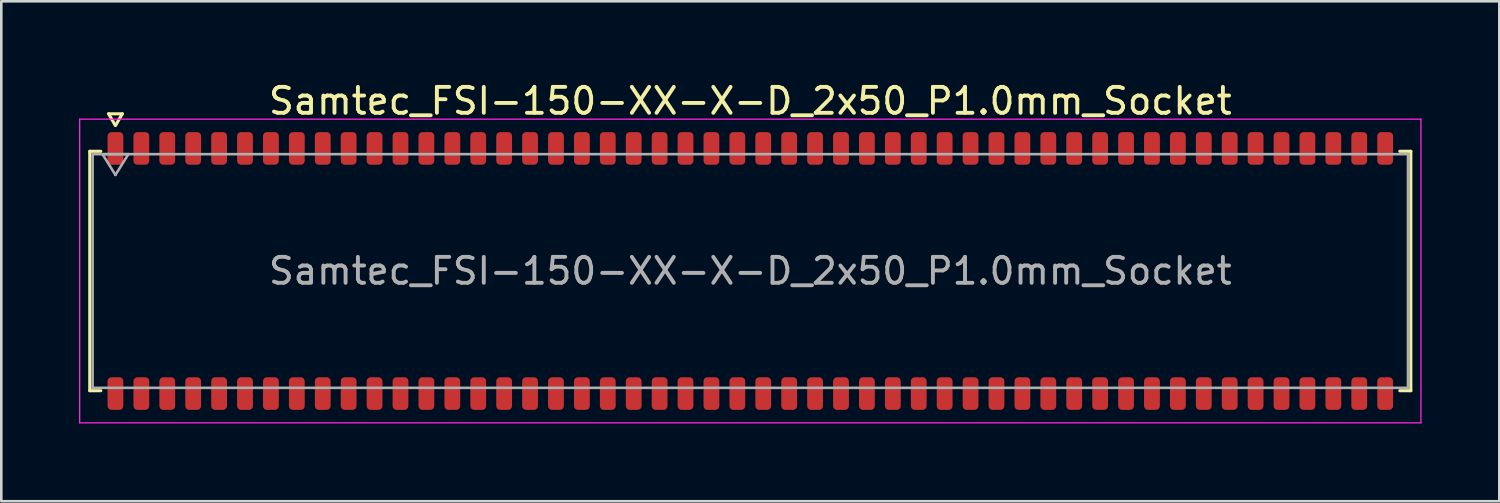
<source format=kicad_pcb>
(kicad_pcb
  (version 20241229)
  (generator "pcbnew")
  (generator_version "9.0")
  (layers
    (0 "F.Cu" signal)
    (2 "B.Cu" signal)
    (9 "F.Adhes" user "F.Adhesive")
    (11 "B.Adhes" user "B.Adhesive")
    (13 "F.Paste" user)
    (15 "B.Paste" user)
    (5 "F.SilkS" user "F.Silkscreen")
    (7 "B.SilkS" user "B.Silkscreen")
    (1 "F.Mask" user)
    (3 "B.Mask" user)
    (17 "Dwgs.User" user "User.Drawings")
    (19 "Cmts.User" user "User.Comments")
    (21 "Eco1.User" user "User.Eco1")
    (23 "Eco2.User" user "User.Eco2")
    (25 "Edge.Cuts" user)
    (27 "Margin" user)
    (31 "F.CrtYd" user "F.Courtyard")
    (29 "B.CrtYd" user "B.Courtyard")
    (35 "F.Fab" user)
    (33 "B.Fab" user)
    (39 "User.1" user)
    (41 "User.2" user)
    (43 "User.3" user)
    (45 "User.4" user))
  (footprint "Samtec_FSI-150-XX-X-D_2x50_P1.0mm_Socket"
    (layer "F.Cu")
    (at 25.905 7.408)
    (property "Reference" "Samtec_FSI-150-XX-X-D_2x50_P1.0mm_Socket" (at 0 -6.56 0) (layer "F.SilkS") (effects (font (size 1 1) (thickness 0.15))))
    (attr smd)
    (fp_line (start -25.49 -4.619) (end -25.065 -4.619) (stroke (width 0.12) (type solid)) (layer "F.SilkS"))
    (fp_line (start -25.49 4.619) (end -25.49 -4.619) (stroke (width 0.12) (type solid)) (layer "F.SilkS"))
    (fp_line (start -25.065 4.619) (end -25.49 4.619) (stroke (width 0.12) (type solid)) (layer "F.SilkS"))
    (fp_line (start -24.764 -6.066) (end -24.507 -5.62) (stroke (width 0.12) (type solid)) (layer "F.SilkS"))
    (fp_line (start -24.493 -5.62) (end -24.236 -6.066) (stroke (width 0.12) (type solid)) (layer "F.SilkS"))
    (fp_line (start -24.236 -6.066) (end -24.764 -6.066) (stroke (width 0.12) (type solid)) (layer "F.SilkS"))
    (fp_line (start 25.065 -4.619) (end 25.49 -4.619) (stroke (width 0.12) (type solid)) (layer "F.SilkS"))
    (fp_line (start 25.49 -4.619) (end 25.49 4.619) (stroke (width 0.12) (type solid)) (layer "F.SilkS"))
    (fp_line (start 25.49 4.619) (end 25.065 4.619) (stroke (width 0.12) (type solid)) (layer "F.SilkS"))
    (fp_line (start -25.88 -5.86) (end -25.88 5.86) (stroke (width 0.05) (type solid)) (layer "F.CrtYd"))
    (fp_line (start -25.88 5.86) (end 25.88 5.86) (stroke (width 0.05) (type solid)) (layer "F.CrtYd"))
    (fp_line (start 25.88 -5.86) (end -25.88 -5.86) (stroke (width 0.05) (type solid)) (layer "F.CrtYd"))
    (fp_line (start 25.88 5.86) (end 25.88 -5.86) (stroke (width 0.05) (type solid)) (layer "F.CrtYd"))
    (fp_line (start -25.38 -4.508) (end 25.38 -4.508) (stroke (width 0.1) (type solid)) (layer "F.Fab"))
    (fp_line (start -25.38 4.508) (end -25.38 -4.508) (stroke (width 0.1) (type solid)) (layer "F.Fab"))
    (fp_line (start -25 -4.508) (end -24.5 -3.708) (stroke (width 0.1) (type solid)) (layer "F.Fab"))
    (fp_line (start -24.5 -3.708) (end -24 -4.508) (stroke (width 0.1) (type solid)) (layer "F.Fab"))
    (fp_line (start -24 -4.508) (end -25 -4.508) (stroke (width 0.1) (type solid)) (layer "F.Fab"))
    (fp_line (start 25.38 -4.508) (end 25.38 4.508) (stroke (width 0.1) (type solid)) (layer "F.Fab"))
    (fp_line (start 25.38 4.508) (end -25.38 4.508) (stroke (width 0.1) (type solid)) (layer "F.Fab"))
    (fp_text user "${REFERENCE}" (at 0 0 0) (layer "F.Fab") (effects (font (size 1 1) (thickness 0.15))))
    (pad "1" smd roundrect (at -24.5 -4.73) (size 0.61 1.26) (layers "F.Cu" "F.Mask" "F.Paste") (roundrect_rratio 0.25))
    (pad "2" smd roundrect (at -24.5 4.73) (size 0.61 1.26) (layers "F.Cu" "F.Mask" "F.Paste") (roundrect_rratio 0.25))
    (pad "3" smd roundrect (at -23.5 -4.73) (size 0.61 1.26) (layers "F.Cu" "F.Mask" "F.Paste") (roundrect_rratio 0.25))
    (pad "4" smd roundrect (at -23.5 4.73) (size 0.61 1.26) (layers "F.Cu" "F.Mask" "F.Paste") (roundrect_rratio 0.25))
    (pad "5" smd roundrect (at -22.5 -4.73) (size 0.61 1.26) (layers "F.Cu" "F.Mask" "F.Paste") (roundrect_rratio 0.25))
    (pad "6" smd roundrect (at -22.5 4.73) (size 0.61 1.26) (layers "F.Cu" "F.Mask" "F.Paste") (roundrect_rratio 0.25))
    (pad "7" smd roundrect (at -21.5 -4.73) (size 0.61 1.26) (layers "F.Cu" "F.Mask" "F.Paste") (roundrect_rratio 0.25))
    (pad "8" smd roundrect (at -21.5 4.73) (size 0.61 1.26) (layers "F.Cu" "F.Mask" "F.Paste") (roundrect_rratio 0.25))
    (pad "9" smd roundrect (at -20.5 -4.73) (size 0.61 1.26) (layers "F.Cu" "F.Mask" "F.Paste") (roundrect_rratio 0.25))
    (pad "10" smd roundrect (at -20.5 4.73) (size 0.61 1.26) (layers "F.Cu" "F.Mask" "F.Paste") (roundrect_rratio 0.25))
    (pad "11" smd roundrect (at -19.5 -4.73) (size 0.61 1.26) (layers "F.Cu" "F.Mask" "F.Paste") (roundrect_rratio 0.25))
    (pad "12" smd roundrect (at -19.5 4.73) (size 0.61 1.26) (layers "F.Cu" "F.Mask" "F.Paste") (roundrect_rratio 0.25))
    (pad "13" smd roundrect (at -18.5 -4.73) (size 0.61 1.26) (layers "F.Cu" "F.Mask" "F.Paste") (roundrect_rratio 0.25))
    (pad "14" smd roundrect (at -18.5 4.73) (size 0.61 1.26) (layers "F.Cu" "F.Mask" "F.Paste") (roundrect_rratio 0.25))
    (pad "15" smd roundrect (at -17.5 -4.73) (size 0.61 1.26) (layers "F.Cu" "F.Mask" "F.Paste") (roundrect_rratio 0.25))
    (pad "16" smd roundrect (at -17.5 4.73) (size 0.61 1.26) (layers "F.Cu" "F.Mask" "F.Paste") (roundrect_rratio 0.25))
    (pad "17" smd roundrect (at -16.5 -4.73) (size 0.61 1.26) (layers "F.Cu" "F.Mask" "F.Paste") (roundrect_rratio 0.25))
    (pad "18" smd roundrect (at -16.5 4.73) (size 0.61 1.26) (layers "F.Cu" "F.Mask" "F.Paste") (roundrect_rratio 0.25))
    (pad "19" smd roundrect (at -15.5 -4.73) (size 0.61 1.26) (layers "F.Cu" "F.Mask" "F.Paste") (roundrect_rratio 0.25))
    (pad "20" smd roundrect (at -15.5 4.73) (size 0.61 1.26) (layers "F.Cu" "F.Mask" "F.Paste") (roundrect_rratio 0.25))
    (pad "21" smd roundrect (at -14.5 -4.73) (size 0.61 1.26) (layers "F.Cu" "F.Mask" "F.Paste") (roundrect_rratio 0.25))
    (pad "22" smd roundrect (at -14.5 4.73) (size 0.61 1.26) (layers "F.Cu" "F.Mask" "F.Paste") (roundrect_rratio 0.25))
    (pad "23" smd roundrect (at -13.5 -4.73) (size 0.61 1.26) (layers "F.Cu" "F.Mask" "F.Paste") (roundrect_rratio 0.25))
    (pad "24" smd roundrect (at -13.5 4.73) (size 0.61 1.26) (layers "F.Cu" "F.Mask" "F.Paste") (roundrect_rratio 0.25))
    (pad "25" smd roundrect (at -12.5 -4.73) (size 0.61 1.26) (layers "F.Cu" "F.Mask" "F.Paste") (roundrect_rratio 0.25))
    (pad "26" smd roundrect (at -12.5 4.73) (size 0.61 1.26) (layers "F.Cu" "F.Mask" "F.Paste") (roundrect_rratio 0.25))
    (pad "27" smd roundrect (at -11.5 -4.73) (size 0.61 1.26) (layers "F.Cu" "F.Mask" "F.Paste") (roundrect_rratio 0.25))
    (pad "28" smd roundrect (at -11.5 4.73) (size 0.61 1.26) (layers "F.Cu" "F.Mask" "F.Paste") (roundrect_rratio 0.25))
    (pad "29" smd roundrect (at -10.5 -4.73) (size 0.61 1.26) (layers "F.Cu" "F.Mask" "F.Paste") (roundrect_rratio 0.25))
    (pad "30" smd roundrect (at -10.5 4.73) (size 0.61 1.26) (layers "F.Cu" "F.Mask" "F.Paste") (roundrect_rratio 0.25))
    (pad "31" smd roundrect (at -9.5 -4.73) (size 0.61 1.26) (layers "F.Cu" "F.Mask" "F.Paste") (roundrect_rratio 0.25))
    (pad "32" smd roundrect (at -9.5 4.73) (size 0.61 1.26) (layers "F.Cu" "F.Mask" "F.Paste") (roundrect_rratio 0.25))
    (pad "33" smd roundrect (at -8.5 -4.73) (size 0.61 1.26) (layers "F.Cu" "F.Mask" "F.Paste") (roundrect_rratio 0.25))
    (pad "34" smd roundrect (at -8.5 4.73) (size 0.61 1.26) (layers "F.Cu" "F.Mask" "F.Paste") (roundrect_rratio 0.25))
    (pad "35" smd roundrect (at -7.5 -4.73) (size 0.61 1.26) (layers "F.Cu" "F.Mask" "F.Paste") (roundrect_rratio 0.25))
    (pad "36" smd roundrect (at -7.5 4.73) (size 0.61 1.26) (layers "F.Cu" "F.Mask" "F.Paste") (roundrect_rratio 0.25))
    (pad "37" smd roundrect (at -6.5 -4.73) (size 0.61 1.26) (layers "F.Cu" "F.Mask" "F.Paste") (roundrect_rratio 0.25))
    (pad "38" smd roundrect (at -6.5 4.73) (size 0.61 1.26) (layers "F.Cu" "F.Mask" "F.Paste") (roundrect_rratio 0.25))
    (pad "39" smd roundrect (at -5.5 -4.73) (size 0.61 1.26) (layers "F.Cu" "F.Mask" "F.Paste") (roundrect_rratio 0.25))
    (pad "40" smd roundrect (at -5.5 4.73) (size 0.61 1.26) (layers "F.Cu" "F.Mask" "F.Paste") (roundrect_rratio 0.25))
    (pad "41" smd roundrect (at -4.5 -4.73) (size 0.61 1.26) (layers "F.Cu" "F.Mask" "F.Paste") (roundrect_rratio 0.25))
    (pad "42" smd roundrect (at -4.5 4.73) (size 0.61 1.26) (layers "F.Cu" "F.Mask" "F.Paste") (roundrect_rratio 0.25))
    (pad "43" smd roundrect (at -3.5 -4.73) (size 0.61 1.26) (layers "F.Cu" "F.Mask" "F.Paste") (roundrect_rratio 0.25))
    (pad "44" smd roundrect (at -3.5 4.73) (size 0.61 1.26) (layers "F.Cu" "F.Mask" "F.Paste") (roundrect_rratio 0.25))
    (pad "45" smd roundrect (at -2.5 -4.73) (size 0.61 1.26) (layers "F.Cu" "F.Mask" "F.Paste") (roundrect_rratio 0.25))
    (pad "46" smd roundrect (at -2.5 4.73) (size 0.61 1.26) (layers "F.Cu" "F.Mask" "F.Paste") (roundrect_rratio 0.25))
    (pad "47" smd roundrect (at -1.5 -4.73) (size 0.61 1.26) (layers "F.Cu" "F.Mask" "F.Paste") (roundrect_rratio 0.25))
    (pad "48" smd roundrect (at -1.5 4.73) (size 0.61 1.26) (layers "F.Cu" "F.Mask" "F.Paste") (roundrect_rratio 0.25))
    (pad "49" smd roundrect (at -0.5 -4.73) (size 0.61 1.26) (layers "F.Cu" "F.Mask" "F.Paste") (roundrect_rratio 0.25))
    (pad "50" smd roundrect (at -0.5 4.73) (size 0.61 1.26) (layers "F.Cu" "F.Mask" "F.Paste") (roundrect_rratio 0.25))
    (pad "51" smd roundrect (at 0.5 -4.73) (size 0.61 1.26) (layers "F.Cu" "F.Mask" "F.Paste") (roundrect_rratio 0.25))
    (pad "52" smd roundrect (at 0.5 4.73) (size 0.61 1.26) (layers "F.Cu" "F.Mask" "F.Paste") (roundrect_rratio 0.25))
    (pad "53" smd roundrect (at 1.5 -4.73) (size 0.61 1.26) (layers "F.Cu" "F.Mask" "F.Paste") (roundrect_rratio 0.25))
    (pad "54" smd roundrect (at 1.5 4.73) (size 0.61 1.26) (layers "F.Cu" "F.Mask" "F.Paste") (roundrect_rratio 0.25))
    (pad "55" smd roundrect (at 2.5 -4.73) (size 0.61 1.26) (layers "F.Cu" "F.Mask" "F.Paste") (roundrect_rratio 0.25))
    (pad "56" smd roundrect (at 2.5 4.73) (size 0.61 1.26) (layers "F.Cu" "F.Mask" "F.Paste") (roundrect_rratio 0.25))
    (pad "57" smd roundrect (at 3.5 -4.73) (size 0.61 1.26) (layers "F.Cu" "F.Mask" "F.Paste") (roundrect_rratio 0.25))
    (pad "58" smd roundrect (at 3.5 4.73) (size 0.61 1.26) (layers "F.Cu" "F.Mask" "F.Paste") (roundrect_rratio 0.25))
    (pad "59" smd roundrect (at 4.5 -4.73) (size 0.61 1.26) (layers "F.Cu" "F.Mask" "F.Paste") (roundrect_rratio 0.25))
    (pad "60" smd roundrect (at 4.5 4.73) (size 0.61 1.26) (layers "F.Cu" "F.Mask" "F.Paste") (roundrect_rratio 0.25))
    (pad "61" smd roundrect (at 5.5 -4.73) (size 0.61 1.26) (layers "F.Cu" "F.Mask" "F.Paste") (roundrect_rratio 0.25))
    (pad "62" smd roundrect (at 5.5 4.73) (size 0.61 1.26) (layers "F.Cu" "F.Mask" "F.Paste") (roundrect_rratio 0.25))
    (pad "63" smd roundrect (at 6.5 -4.73) (size 0.61 1.26) (layers "F.Cu" "F.Mask" "F.Paste") (roundrect_rratio 0.25))
    (pad "64" smd roundrect (at 6.5 4.73) (size 0.61 1.26) (layers "F.Cu" "F.Mask" "F.Paste") (roundrect_rratio 0.25))
    (pad "65" smd roundrect (at 7.5 -4.73) (size 0.61 1.26) (layers "F.Cu" "F.Mask" "F.Paste") (roundrect_rratio 0.25))
    (pad "66" smd roundrect (at 7.5 4.73) (size 0.61 1.26) (layers "F.Cu" "F.Mask" "F.Paste") (roundrect_rratio 0.25))
    (pad "67" smd roundrect (at 8.5 -4.73) (size 0.61 1.26) (layers "F.Cu" "F.Mask" "F.Paste") (roundrect_rratio 0.25))
    (pad "68" smd roundrect (at 8.5 4.73) (size 0.61 1.26) (layers "F.Cu" "F.Mask" "F.Paste") (roundrect_rratio 0.25))
    (pad "69" smd roundrect (at 9.5 -4.73) (size 0.61 1.26) (layers "F.Cu" "F.Mask" "F.Paste") (roundrect_rratio 0.25))
    (pad "70" smd roundrect (at 9.5 4.73) (size 0.61 1.26) (layers "F.Cu" "F.Mask" "F.Paste") (roundrect_rratio 0.25))
    (pad "71" smd roundrect (at 10.5 -4.73) (size 0.61 1.26) (layers "F.Cu" "F.Mask" "F.Paste") (roundrect_rratio 0.25))
    (pad "72" smd roundrect (at 10.5 4.73) (size 0.61 1.26) (layers "F.Cu" "F.Mask" "F.Paste") (roundrect_rratio 0.25))
    (pad "73" smd roundrect (at 11.5 -4.73) (size 0.61 1.26) (layers "F.Cu" "F.Mask" "F.Paste") (roundrect_rratio 0.25))
    (pad "74" smd roundrect (at 11.5 4.73) (size 0.61 1.26) (layers "F.Cu" "F.Mask" "F.Paste") (roundrect_rratio 0.25))
    (pad "75" smd roundrect (at 12.5 -4.73) (size 0.61 1.26) (layers "F.Cu" "F.Mask" "F.Paste") (roundrect_rratio 0.25))
    (pad "76" smd roundrect (at 12.5 4.73) (size 0.61 1.26) (layers "F.Cu" "F.Mask" "F.Paste") (roundrect_rratio 0.25))
    (pad "77" smd roundrect (at 13.5 -4.73) (size 0.61 1.26) (layers "F.Cu" "F.Mask" "F.Paste") (roundrect_rratio 0.25))
    (pad "78" smd roundrect (at 13.5 4.73) (size 0.61 1.26) (layers "F.Cu" "F.Mask" "F.Paste") (roundrect_rratio 0.25))
    (pad "79" smd roundrect (at 14.5 -4.73) (size 0.61 1.26) (layers "F.Cu" "F.Mask" "F.Paste") (roundrect_rratio 0.25))
    (pad "80" smd roundrect (at 14.5 4.73) (size 0.61 1.26) (layers "F.Cu" "F.Mask" "F.Paste") (roundrect_rratio 0.25))
    (pad "81" smd roundrect (at 15.5 -4.73) (size 0.61 1.26) (layers "F.Cu" "F.Mask" "F.Paste") (roundrect_rratio 0.25))
    (pad "82" smd roundrect (at 15.5 4.73) (size 0.61 1.26) (layers "F.Cu" "F.Mask" "F.Paste") (roundrect_rratio 0.25))
    (pad "83" smd roundrect (at 16.5 -4.73) (size 0.61 1.26) (layers "F.Cu" "F.Mask" "F.Paste") (roundrect_rratio 0.25))
    (pad "84" smd roundrect (at 16.5 4.73) (size 0.61 1.26) (layers "F.Cu" "F.Mask" "F.Paste") (roundrect_rratio 0.25))
    (pad "85" smd roundrect (at 17.5 -4.73) (size 0.61 1.26) (layers "F.Cu" "F.Mask" "F.Paste") (roundrect_rratio 0.25))
    (pad "86" smd roundrect (at 17.5 4.73) (size 0.61 1.26) (layers "F.Cu" "F.Mask" "F.Paste") (roundrect_rratio 0.25))
    (pad "87" smd roundrect (at 18.5 -4.73) (size 0.61 1.26) (layers "F.Cu" "F.Mask" "F.Paste") (roundrect_rratio 0.25))
    (pad "88" smd roundrect (at 18.5 4.73) (size 0.61 1.26) (layers "F.Cu" "F.Mask" "F.Paste") (roundrect_rratio 0.25))
    (pad "89" smd roundrect (at 19.5 -4.73) (size 0.61 1.26) (layers "F.Cu" "F.Mask" "F.Paste") (roundrect_rratio 0.25))
    (pad "90" smd roundrect (at 19.5 4.73) (size 0.61 1.26) (layers "F.Cu" "F.Mask" "F.Paste") (roundrect_rratio 0.25))
    (pad "91" smd roundrect (at 20.5 -4.73) (size 0.61 1.26) (layers "F.Cu" "F.Mask" "F.Paste") (roundrect_rratio 0.25))
    (pad "92" smd roundrect (at 20.5 4.73) (size 0.61 1.26) (layers "F.Cu" "F.Mask" "F.Paste") (roundrect_rratio 0.25))
    (pad "93" smd roundrect (at 21.5 -4.73) (size 0.61 1.26) (layers "F.Cu" "F.Mask" "F.Paste") (roundrect_rratio 0.25))
    (pad "94" smd roundrect (at 21.5 4.73) (size 0.61 1.26) (layers "F.Cu" "F.Mask" "F.Paste") (roundrect_rratio 0.25))
    (pad "95" smd roundrect (at 22.5 -4.73) (size 0.61 1.26) (layers "F.Cu" "F.Mask" "F.Paste") (roundrect_rratio 0.25))
    (pad "96" smd roundrect (at 22.5 4.73) (size 0.61 1.26) (layers "F.Cu" "F.Mask" "F.Paste") (roundrect_rratio 0.25))
    (pad "97" smd roundrect (at 23.5 -4.73) (size 0.61 1.26) (layers "F.Cu" "F.Mask" "F.Paste") (roundrect_rratio 0.25))
    (pad "98" smd roundrect (at 23.5 4.73) (size 0.61 1.26) (layers "F.Cu" "F.Mask" "F.Paste") (roundrect_rratio 0.25))
    (pad "99" smd roundrect (at 24.5 -4.73) (size 0.61 1.26) (layers "F.Cu" "F.Mask" "F.Paste") (roundrect_rratio 0.25))
    (pad "100" smd roundrect (at 24.5 4.73) (size 0.61 1.26) (layers "F.Cu" "F.Mask" "F.Paste") (roundrect_rratio 0.25)))
  (gr_rect
    (start -3 -3)
    (end 54.81 16.293)
    (stroke (width 0.1) (type default))
    (fill no)
    (layer "Edge.Cuts")))
</source>
